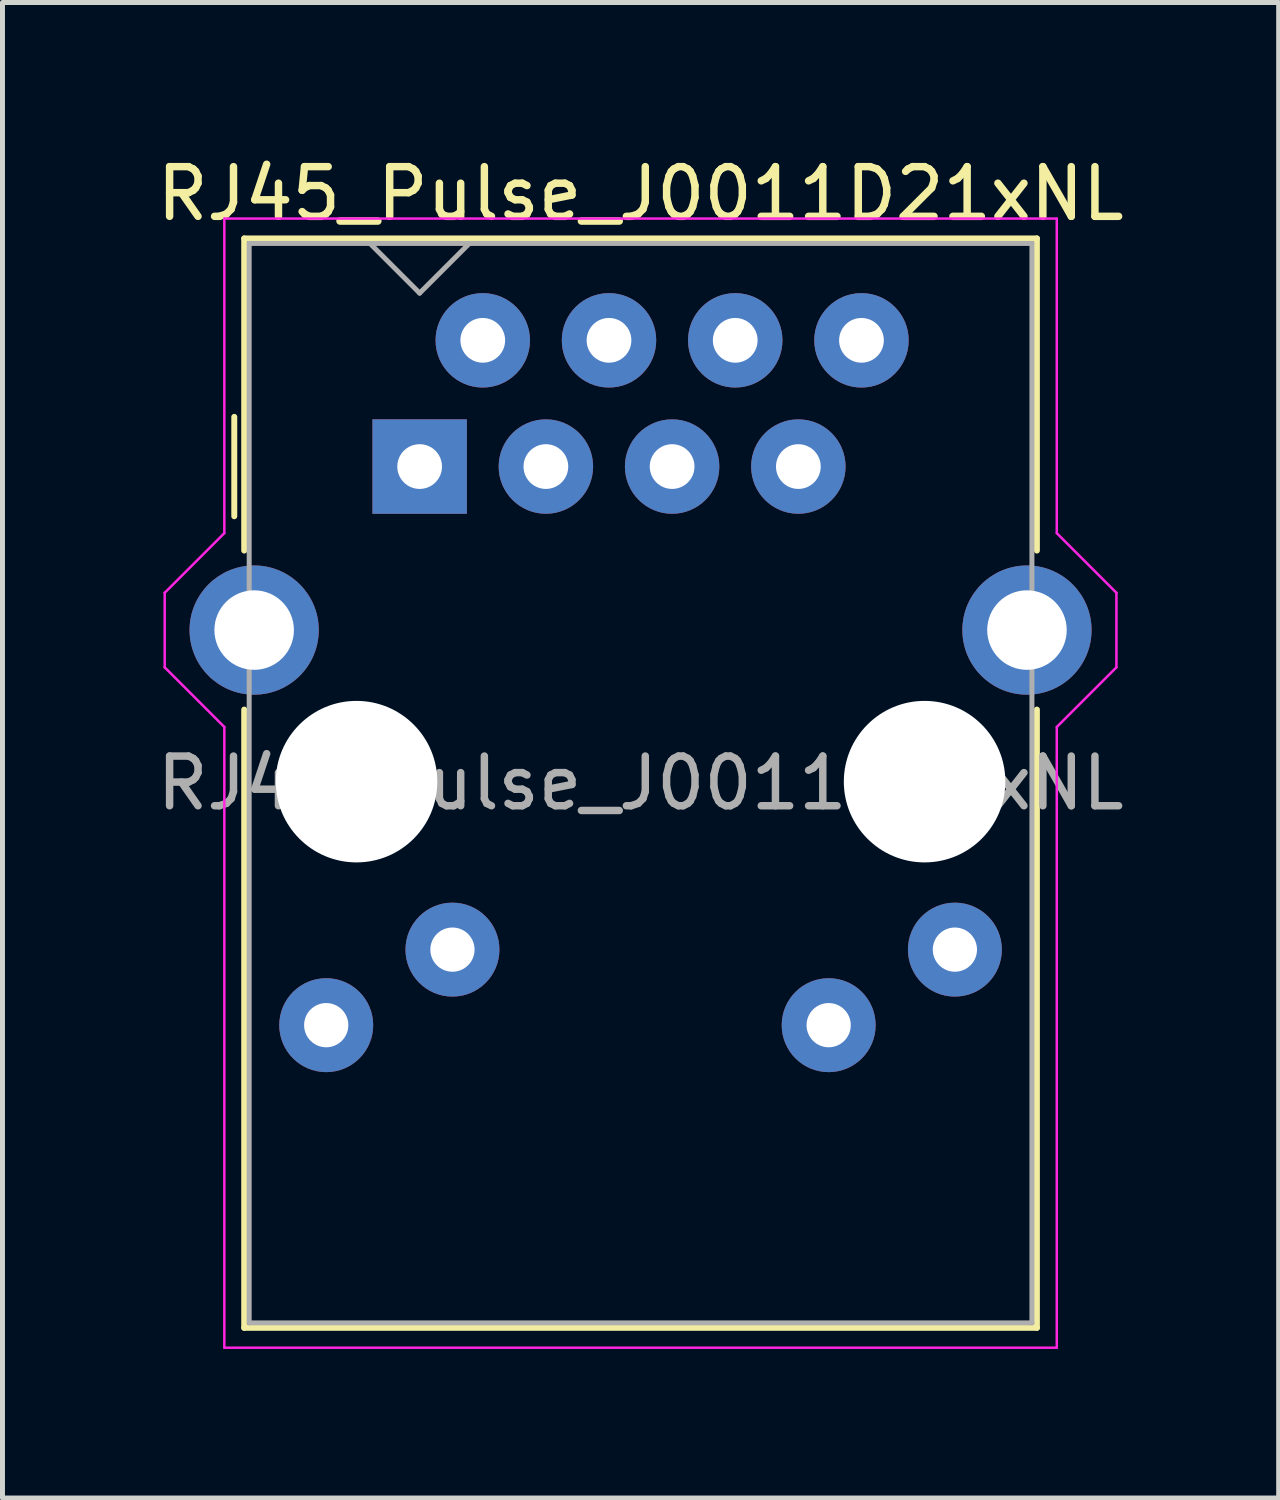
<source format=kicad_pcb>
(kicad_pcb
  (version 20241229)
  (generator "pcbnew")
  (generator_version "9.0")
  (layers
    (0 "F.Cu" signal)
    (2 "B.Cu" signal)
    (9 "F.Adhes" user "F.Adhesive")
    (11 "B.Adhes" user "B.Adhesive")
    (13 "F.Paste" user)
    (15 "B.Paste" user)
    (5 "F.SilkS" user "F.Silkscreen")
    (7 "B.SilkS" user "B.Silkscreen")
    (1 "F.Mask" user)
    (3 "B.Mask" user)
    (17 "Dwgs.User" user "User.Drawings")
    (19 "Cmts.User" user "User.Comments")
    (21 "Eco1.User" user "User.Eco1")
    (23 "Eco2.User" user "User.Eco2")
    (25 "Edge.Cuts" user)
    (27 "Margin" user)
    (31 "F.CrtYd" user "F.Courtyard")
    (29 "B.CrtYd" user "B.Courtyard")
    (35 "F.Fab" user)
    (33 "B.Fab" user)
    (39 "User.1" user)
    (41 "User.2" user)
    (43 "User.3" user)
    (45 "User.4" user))
  (footprint "RJ45_Pulse_J0011D21xNL"
    (layer "F.Cu")
    (at 5.394 6.338)
    (property "Reference" "RJ45_Pulse_J0011D21xNL" (at 4.445 -5.49 0) (layer "F.SilkS") (effects (font (size 1 1) (thickness 0.15))))
    (attr through_hole)
    (fp_line (start -3.73 -1) (end -3.73 1) (stroke (width 0.12) (type solid)) (layer "F.SilkS"))
    (fp_line (start -3.53 -4.59) (end 12.42 -4.59) (stroke (width 0.12) (type solid)) (layer "F.SilkS"))
    (fp_line (start -3.53 1.69) (end -3.53 -4.59) (stroke (width 0.12) (type solid)) (layer "F.SilkS"))
    (fp_line (start -3.53 17.33) (end -3.53 4.89) (stroke (width 0.12) (type solid)) (layer "F.SilkS"))
    (fp_line (start 12.42 -4.59) (end 12.42 1.69) (stroke (width 0.12) (type solid)) (layer "F.SilkS"))
    (fp_line (start 12.42 4.89) (end 12.42 17.33) (stroke (width 0.12) (type solid)) (layer "F.SilkS"))
    (fp_line (start 12.42 17.33) (end -3.53 17.33) (stroke (width 0.12) (type solid)) (layer "F.SilkS"))
    (fp_line (start -5.13 2.54) (end -5.13 4.04) (stroke (width 0.05) (type solid)) (layer "F.CrtYd"))
    (fp_line (start -5.13 4.04) (end -3.93 5.24) (stroke (width 0.05) (type default)) (layer "F.CrtYd"))
    (fp_line (start -3.93 -4.99) (end -3.93 1.34) (stroke (width 0.05) (type solid)) (layer "F.CrtYd"))
    (fp_line (start -3.93 1.34) (end -5.13 2.54) (stroke (width 0.05) (type default)) (layer "F.CrtYd"))
    (fp_line (start -3.93 5.24) (end -3.93 17.73) (stroke (width 0.05) (type solid)) (layer "F.CrtYd"))
    (fp_line (start -3.93 17.73) (end 12.82 17.73) (stroke (width 0.05) (type solid)) (layer "F.CrtYd"))
    (fp_line (start 12.82 -4.99) (end -3.93 -4.99) (stroke (width 0.05) (type solid)) (layer "F.CrtYd"))
    (fp_line (start 12.82 -4.99) (end 12.82 1.34) (stroke (width 0.05) (type solid)) (layer "F.CrtYd"))
    (fp_line (start 12.82 1.34) (end 14.02 2.54) (stroke (width 0.05) (type default)) (layer "F.CrtYd"))
    (fp_line (start 12.82 5.24) (end 12.82 17.73) (stroke (width 0.05) (type solid)) (layer "F.CrtYd"))
    (fp_line (start 14.02 2.54) (end 14.02 4.04) (stroke (width 0.05) (type solid)) (layer "F.CrtYd"))
    (fp_line (start 14.02 4.04) (end 12.82 5.24) (stroke (width 0.05) (type default)) (layer "F.CrtYd"))
    (fp_line (start -3.43 -4.49) (end 12.32 -4.49) (stroke (width 0.1) (type solid)) (layer "F.Fab"))
    (fp_line (start -3.43 17.23) (end -3.43 -4.49) (stroke (width 0.1) (type solid)) (layer "F.Fab"))
    (fp_line (start 0 -3.49) (end -1 -4.49) (stroke (width 0.1) (type default)) (layer "F.Fab"))
    (fp_line (start 0 -3.49) (end 1 -4.49) (stroke (width 0.1) (type default)) (layer "F.Fab"))
    (fp_line (start 12.32 -4.49) (end 12.32 17.23) (stroke (width 0.1) (type solid)) (layer "F.Fab"))
    (fp_line (start 12.32 17.23) (end -3.43 17.23) (stroke (width 0.1) (type solid)) (layer "F.Fab"))
    (fp_text user "${REFERENCE}" (at 4.445 6.37 0) (layer "F.Fab") (effects (font (size 1 1) (thickness 0.15))))
    (pad "" np_thru_hole circle (at -1.27 6.34) (size 3.25 3.25) (drill 3.25) (layers "*.Cu" "*.Mask"))
    (pad "" np_thru_hole circle (at 10.16 6.34) (size 3.25 3.25) (drill 3.25) (layers "*.Cu" "*.Mask"))
    (pad "1" thru_hole rect (at 0 0) (size 1.9 1.9) (drill 0.9) (layers "*.Cu" "*.Mask"))
    (pad "2" thru_hole circle (at 1.27 -2.54) (size 1.9 1.9) (drill 0.9) (layers "*.Cu" "*.Mask"))
    (pad "3" thru_hole circle (at 2.54 0) (size 1.9 1.9) (drill 0.9) (layers "*.Cu" "*.Mask"))
    (pad "4" thru_hole circle (at 3.81 -2.54) (size 1.9 1.9) (drill 0.9) (layers "*.Cu" "*.Mask"))
    (pad "5" thru_hole circle (at 5.08 0) (size 1.9 1.9) (drill 0.9) (layers "*.Cu" "*.Mask"))
    (pad "6" thru_hole circle (at 6.35 -2.54) (size 1.9 1.9) (drill 0.9) (layers "*.Cu" "*.Mask"))
    (pad "7" thru_hole circle (at 7.62 0) (size 1.9 1.9) (drill 0.9) (layers "*.Cu" "*.Mask"))
    (pad "8" thru_hole circle (at 8.89 -2.54) (size 1.9 1.9) (drill 0.9) (layers "*.Cu" "*.Mask"))
    (pad "9" thru_hole circle (at -1.88 11.24) (size 1.89 1.89) (drill 0.89) (layers "*.Cu" "*.Mask"))
    (pad "10" thru_hole circle (at 0.66 9.72) (size 1.89 1.89) (drill 0.89) (layers "*.Cu" "*.Mask"))
    (pad "11" thru_hole circle (at 8.23 11.24) (size 1.89 1.89) (drill 0.89) (layers "*.Cu" "*.Mask"))
    (pad "12" thru_hole circle (at 10.77 9.72) (size 1.89 1.89) (drill 0.89) (layers "*.Cu" "*.Mask"))
    (pad "SH" thru_hole circle (at -3.33 3.29) (size 2.6 2.6) (drill 1.6) (layers "*.Cu" "*.Mask"))
    (pad "SH" thru_hole circle (at 12.22 3.29) (size 2.6 2.6) (drill 1.6) (layers "*.Cu" "*.Mask")))
  (gr_rect
    (start -3 -3)
    (end 22.679 27.093)
    (stroke (width 0.1) (type default))
    (fill no)
    (layer "Edge.Cuts")))
</source>
